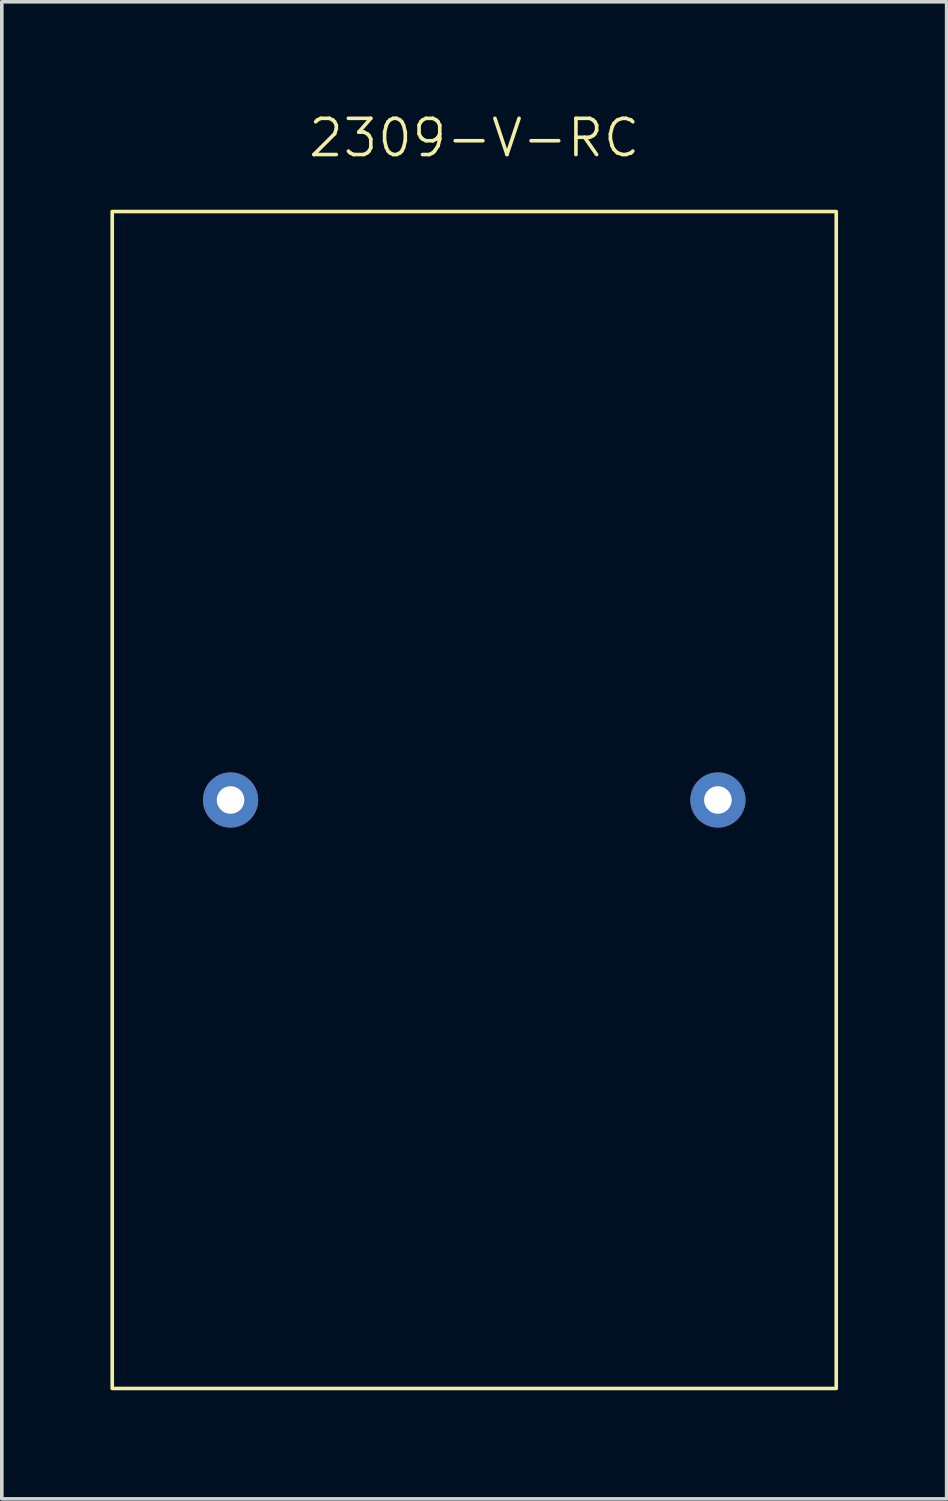
<source format=kicad_pcb>
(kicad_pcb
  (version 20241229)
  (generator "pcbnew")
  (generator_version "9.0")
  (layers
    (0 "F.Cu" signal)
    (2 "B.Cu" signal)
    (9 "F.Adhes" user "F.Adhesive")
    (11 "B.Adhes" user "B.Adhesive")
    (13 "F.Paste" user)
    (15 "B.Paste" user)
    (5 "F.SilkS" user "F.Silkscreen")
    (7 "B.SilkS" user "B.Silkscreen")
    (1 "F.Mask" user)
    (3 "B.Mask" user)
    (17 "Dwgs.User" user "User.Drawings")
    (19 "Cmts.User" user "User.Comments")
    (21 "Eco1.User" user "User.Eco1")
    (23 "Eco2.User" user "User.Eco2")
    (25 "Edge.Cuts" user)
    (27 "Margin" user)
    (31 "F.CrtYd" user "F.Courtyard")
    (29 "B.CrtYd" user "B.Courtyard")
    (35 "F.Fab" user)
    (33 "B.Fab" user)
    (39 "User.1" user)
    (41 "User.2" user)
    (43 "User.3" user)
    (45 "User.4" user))
  (footprint "2309-V-RC"
    (layer "F.Cu")
    (at 10.05 19.049)
    (property "Reference" "2309-V-RC" (at 0 -18.288 0) (unlocked yes) (layer "F.SilkS") (effects (font (size 1 1) (thickness 0.1))))
    (attr through_hole)
    (fp_rect (start -10 -16.256) (end 10 16.256) (stroke (width 0.1) (type default)) (fill no) (layer "F.SilkS"))
    (pad "1" thru_hole circle (at -6.731 0) (size 1.524 1.524) (drill 0.762) (layers "*.Cu" "*.Mask"))
    (pad "2" thru_hole circle (at 6.731 0) (size 1.524 1.524) (drill 0.762) (layers "*.Cu" "*.Mask")))
  (gr_rect
    (start -3 -3)
    (end 23.1 38.355)
    (stroke (width 0.1) (type default))
    (fill no)
    (layer "Edge.Cuts")))
</source>
